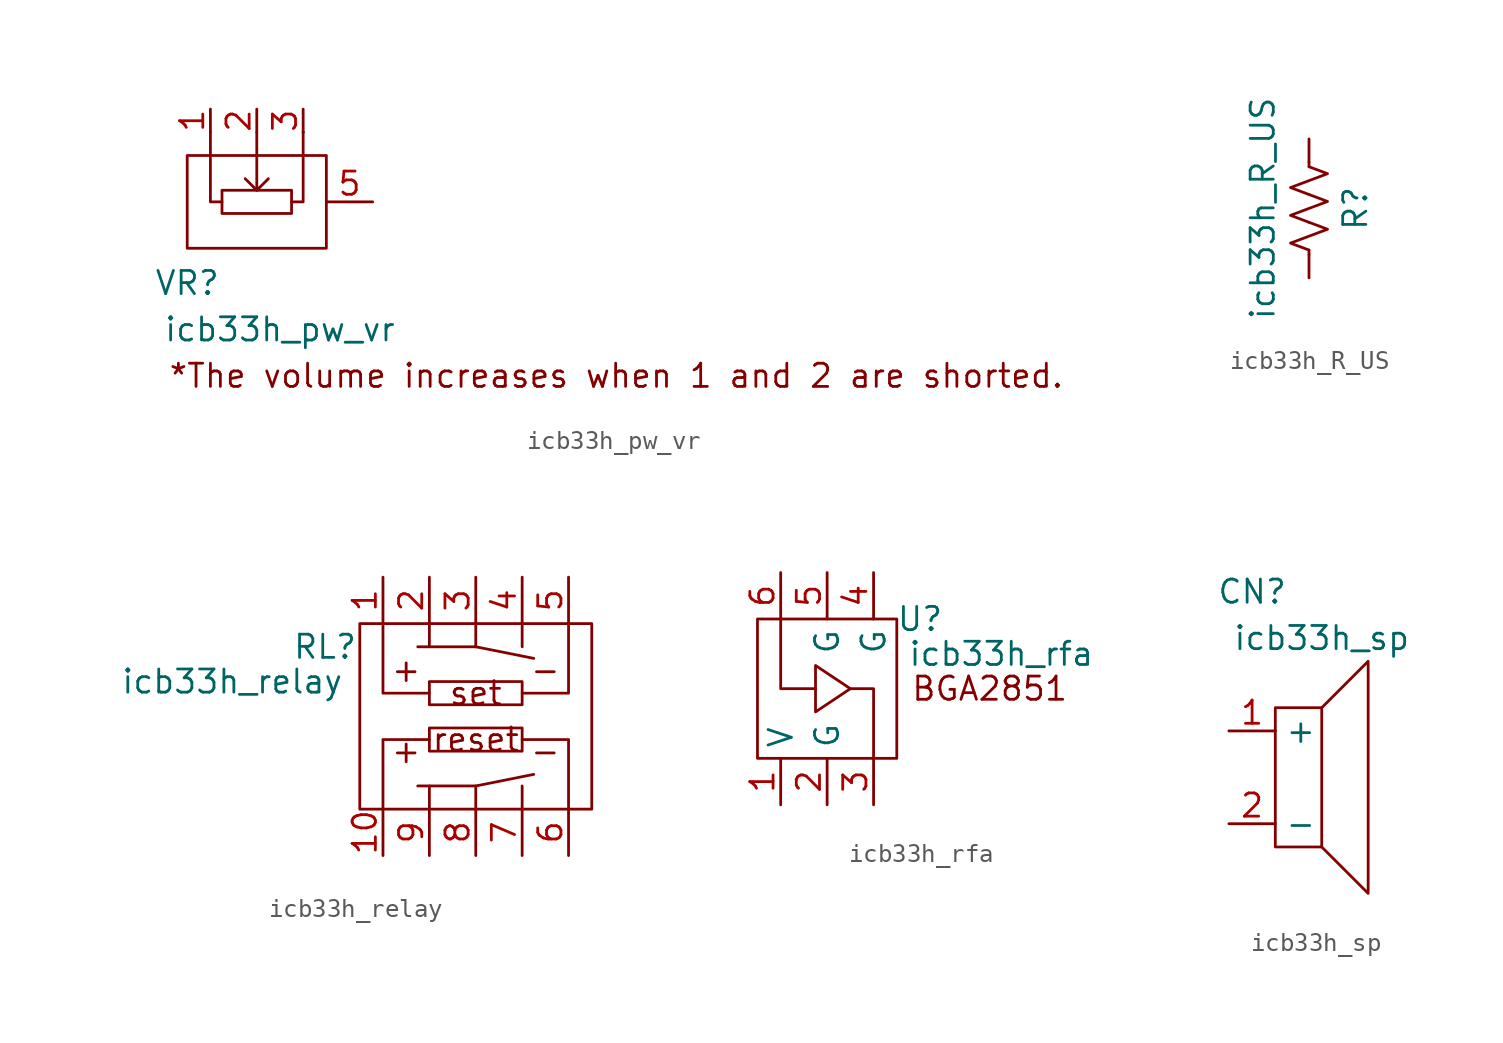
<source format=kicad_sym>
(kicad_symbol_lib
  (version 20211014)
  (generator kicad_symbol_editor)
  (symbol "icb33h_pw_vr"
    (property "Reference" "VR"
      (at -3.81 -4.445 0)
      (effects (font (size 1.27 1.27))))
    (property "Value" "icb33h_pw_vr"
      (at 1.27 -6.985 0)
      (effects (font (size 1.27 1.27))))
    (symbol "icb33h_pw_vr_0_0"
      (rectangle (start -1.905 0.635) (end 1.905 -0.635) (stroke (width 0) (type default) (color 0 0 0 0)) (fill (type none)))
      (polyline (pts (xy 0 0.635) (xy -0.635 1.27)) (stroke (width 0) (type default) (color 0 0 0 0)) (fill (type none)))
      (polyline (pts (xy -1.905 0) (xy -2.54 0) (xy -2.54 3.81)) (stroke (width 0) (type default) (color 0 0 0 0)) (fill (type none)))
      (polyline (pts (xy 0 3.81) (xy 0 0.635) (xy 0.635 1.27)) (stroke (width 0) (type default) (color 0 0 0 0)) (fill (type none)))
      (polyline (pts (xy 1.905 0) (xy 2.54 0) (xy 2.54 3.81)) (stroke (width 0) (type default) (color 0 0 0 0)) (fill (type none)))
      (rectangle (start 3.81 2.54) (end -3.81 -2.54) (stroke (width 0) (type default) (color 0 0 0 0)) (fill (type none)))
      (text "*The volume increases when 1 and 2 are shorted." (at 19.685 -9.525 0) (effects (font (size 1.27 1.27)))))
    (symbol "icb33h_pw_vr_0_1"
      (polyline (pts (xy 2.54 3.81) (xy 2.54 3.81)) (stroke (width 0) (type default) (color 0 0 0 0)) (fill (type none))))
    (symbol "icb33h_pw_vr_1_1"
      (pin passive line (at -2.54 5.08 270) (length 1.27) (name "" (effects (font (size 1.27 1.27)))) (number "1" (effects (font (size 1.27 1.27)))))
      (pin passive line (at 0 5.08 270) (length 1.27) (name "" (effects (font (size 1.27 1.27)))) (number "2" (effects (font (size 1.27 1.27)))))
      (pin passive line (at 2.54 5.08 270) (length 1.27) (name "" (effects (font (size 1.27 1.27)))) (number "3" (effects (font (size 1.27 1.27)))))
      (pin passive line (at 6.35 0 180) (length 2.54) (name "" (effects (font (size 1.27 1.27)))) (number "5" (effects (font (size 1.27 1.27)))))))
  (symbol "icb33h_R_US"
    (pin_numbers hide)
    (pin_names
      (offset 0))
    (property "Reference" "R"
      (at 2.54 0 90)
      (effects (font (size 1.27 1.27))))
    (property "Value" "icb33h_R_US"
      (at -2.54 0 90)
      (effects (font (size 1.27 1.27))))
    (symbol "icb33h_R_US_0_1"
      (polyline (pts (xy 0 -2.286) (xy 0 -2.54)) (stroke (width 0) (type default) (color 0 0 0 0)) (fill (type none)))
      (polyline (pts (xy 0 2.286) (xy 0 2.54)) (stroke (width 0) (type default) (color 0 0 0 0)) (fill (type none)))
      (polyline (pts (xy 0 -0.762) (xy 1.016 -1.143) (xy 0 -1.524) (xy -1.016 -1.905) (xy 0 -2.286)) (stroke (width 0) (type default) (color 0 0 0 0)) (fill (type none)))
      (polyline (pts (xy 0 0.762) (xy 1.016 0.381) (xy 0 0) (xy -1.016 -0.381) (xy 0 -0.762)) (stroke (width 0) (type default) (color 0 0 0 0)) (fill (type none)))
      (polyline (pts (xy 0 2.286) (xy 1.016 1.905) (xy 0 1.524) (xy -1.016 1.143) (xy 0 0.762)) (stroke (width 0) (type default) (color 0 0 0 0)) (fill (type none))))
    (symbol "icb33h_R_US_1_1"
      (pin passive line (at 0 3.81 270) (length 1.27) (name "~" (effects (font (size 1.27 1.27)))) (number "1" (effects (font (size 1.27 1.27)))))
      (pin passive line (at 0 -3.81 90) (length 1.27) (name "~" (effects (font (size 1.27 1.27)))) (number "2" (effects (font (size 1.27 1.27)))))))
  (symbol "icb33h_relay"
    (property "Reference" "RL"
      (at -8.255 1.27 0)
      (effects (font (size 1.27 1.27))))
    (property "Value" "icb33h_relay"
      (at -13.335 -0.635 0)
      (effects (font (size 1.27 1.27))))
    (symbol "icb33h_relay_0_0"
      (text "+" (at -3.81 -4.445 0) (effects (font (size 1.27 1.27))))
      (text "+" (at -3.81 0 0) (effects (font (size 1.27 1.27))))
      (text "-" (at 3.81 -4.445 0) (effects (font (size 1.27 1.27))))
      (text "-" (at 3.81 0 0) (effects (font (size 1.27 1.27))))
      (text "reset" (at 0 -3.81 0) (effects (font (size 1.27 1.27))))
      (text "set" (at 0 -1.27 0) (effects (font (size 1.27 1.27)))))
    (symbol "icb33h_relay_0_1"
      (rectangle (start -6.35 2.54) (end 6.35 -7.62) (stroke (width 0) (type default) (color 0 0 0 0)) (fill (type none)))
      (rectangle (start -2.54 -3.175) (end 2.54 -4.445) (stroke (width 0) (type default) (color 0 0 0 0)) (fill (type none)))
      (rectangle (start -2.54 -0.635) (end 2.54 -1.905) (stroke (width 0) (type default) (color 0 0 0 0)) (fill (type none)))
      (polyline (pts (xy -3.175 1.27) (xy 0 1.27)) (stroke (width 0) (type default) (color 0 0 0 0)) (fill (type none)))
      (polyline (pts (xy -2.54 -7.62) (xy -2.54 -6.35)) (stroke (width 0) (type default) (color 0 0 0 0)) (fill (type none)))
      (polyline (pts (xy -2.54 2.54) (xy -2.54 1.27)) (stroke (width 0) (type default) (color 0 0 0 0)) (fill (type none)))
      (polyline (pts (xy 0 -6.35) (xy 3.175 -5.715)) (stroke (width 0) (type default) (color 0 0 0 0)) (fill (type none)))
      (polyline (pts (xy 0 1.27) (xy 3.175 0.635)) (stroke (width 0) (type default) (color 0 0 0 0)) (fill (type none)))
      (polyline (pts (xy 0 2.54) (xy 0 1.27)) (stroke (width 0) (type default) (color 0 0 0 0)) (fill (type none)))
      (polyline (pts (xy 2.54 -7.62) (xy 2.54 -6.35)) (stroke (width 0) (type default) (color 0 0 0 0)) (fill (type none)))
      (polyline (pts (xy 2.54 2.54) (xy 2.54 1.27)) (stroke (width 0) (type default) (color 0 0 0 0)) (fill (type none)))
      (polyline (pts (xy -2.54 -3.81) (xy -5.08 -3.81) (xy -5.08 -7.62)) (stroke (width 0) (type default) (color 0 0 0 0)) (fill (type none)))
      (polyline (pts (xy -2.54 -1.27) (xy -5.08 -1.27) (xy -5.08 2.54)) (stroke (width 0) (type default) (color 0 0 0 0)) (fill (type none)))
      (polyline (pts (xy 0 -7.62) (xy 0 -6.35) (xy -3.175 -6.35)) (stroke (width 0) (type default) (color 0 0 0 0)) (fill (type none)))
      (polyline (pts (xy 5.08 -7.62) (xy 5.08 -3.81) (xy 2.54 -3.81)) (stroke (width 0) (type default) (color 0 0 0 0)) (fill (type none)))
      (polyline (pts (xy 5.08 2.54) (xy 5.08 -1.27) (xy 2.54 -1.27)) (stroke (width 0) (type default) (color 0 0 0 0)) (fill (type none))))
    (symbol "icb33h_relay_1_1"
      (pin passive line (at -5.08 5.08 270) (length 2.54) (name "" (effects (font (size 1.27 1.27)))) (number "1" (effects (font (size 1.27 1.27)))))
      (pin passive line (at -5.08 -10.16 90) (length 2.54) (name "" (effects (font (size 1.27 1.27)))) (number "10" (effects (font (size 1.27 1.27)))))
      (pin passive line (at -2.54 5.08 270) (length 2.54) (name "" (effects (font (size 1.27 1.27)))) (number "2" (effects (font (size 1.27 1.27)))))
      (pin passive line (at 0 5.08 270) (length 2.54) (name "" (effects (font (size 1.27 1.27)))) (number "3" (effects (font (size 1.27 1.27)))))
      (pin passive line (at 2.54 5.08 270) (length 2.54) (name "" (effects (font (size 1.27 1.27)))) (number "4" (effects (font (size 1.27 1.27)))))
      (pin passive line (at 5.08 5.08 270) (length 2.54) (name "" (effects (font (size 1.27 1.27)))) (number "5" (effects (font (size 1.27 1.27)))))
      (pin passive line (at 5.08 -10.16 90) (length 2.54) (name "" (effects (font (size 1.27 1.27)))) (number "6" (effects (font (size 1.27 1.27)))))
      (pin passive line (at 2.54 -10.16 90) (length 2.54) (name "" (effects (font (size 1.27 1.27)))) (number "7" (effects (font (size 1.27 1.27)))))
      (pin passive line (at 0 -10.16 90) (length 2.54) (name "" (effects (font (size 1.27 1.27)))) (number "8" (effects (font (size 1.27 1.27)))))
      (pin passive line (at -2.54 -10.16 90) (length 2.54) (name "" (effects (font (size 1.27 1.27)))) (number "9" (effects (font (size 1.27 1.27)))))))
  (symbol "icb33h_rfa"
    (property "Reference" "U"
      (at -2.54 2.54 0)
      (effects (font (size 1.27 1.27))))
    (property "Value" "icb33h_rfa"
      (at 1.905 0.635 0)
      (effects (font (size 1.27 1.27))))
    (symbol "icb33h_rfa_0_0"
      (rectangle (start -11.43 2.54) (end -3.81 -5.08) (stroke (width 0) (type default) (color 0 0 0 0)) (fill (type none)))
      (polyline (pts (xy -10.16 2.54) (xy -10.16 -1.27) (xy -8.255 -1.27)) (stroke (width 0) (type default) (color 0 0 0 0)) (fill (type none)))
      (polyline (pts (xy -6.35 -1.27) (xy -5.08 -1.27) (xy -5.08 -5.08)) (stroke (width 0) (type default) (color 0 0 0 0)) (fill (type none)))
      (polyline (pts (xy -8.255 0) (xy -8.255 -2.54) (xy -6.35 -1.27) (xy -8.255 0)) (stroke (width 0) (type default) (color 0 0 0 0)) (fill (type none)))
      (text "BGA2851" (at 1.27 -1.27 0) (effects (font (size 1.27 1.27)))))
    (symbol "icb33h_rfa_1_1"
      (pin passive line (at -10.16 -7.62 90) (length 2.54) (name "V" (effects (font (size 1.27 1.27)))) (number "1" (effects (font (size 1.27 1.27)))))
      (pin passive line (at -7.62 -7.62 90) (length 2.54) (name "G" (effects (font (size 1.27 1.27)))) (number "2" (effects (font (size 1.27 1.27)))))
      (pin passive line (at -5.08 -7.62 90) (length 2.54) (name "" (effects (font (size 1.27 1.27)))) (number "3" (effects (font (size 1.27 1.27)))))
      (pin passive line (at -5.08 5.08 270) (length 2.54) (name "G" (effects (font (size 1.27 1.27)))) (number "4" (effects (font (size 1.27 1.27)))))
      (pin passive line (at -7.62 5.08 270) (length 2.54) (name "G" (effects (font (size 1.27 1.27)))) (number "5" (effects (font (size 1.27 1.27)))))
      (pin passive line (at -10.16 5.08 270) (length 2.54) (name "" (effects (font (size 1.27 1.27)))) (number "6" (effects (font (size 1.27 1.27)))))))
  (symbol "icb33h_sp"
    (property "Reference" "CN"
      (at -2.54 10.16 0)
      (effects (font (size 1.27 1.27))))
    (property "Value" "icb33h_sp"
      (at 1.27 7.62 0)
      (effects (font (size 1.27 1.27))))
    (symbol "icb33h_sp_0_1"
      (rectangle (start -1.27 3.81) (end 1.27 -3.81) (stroke (width 0) (type default) (color 0 0 0 0)) (fill (type none)))
      (polyline (pts (xy 1.27 3.81) (xy 3.81 6.35) (xy 3.81 -6.35) (xy 1.27 -3.81)) (stroke (width 0) (type default) (color 0 0 0 0)) (fill (type none))))
    (symbol "icb33h_sp_1_1"
      (pin passive line (at -3.81 2.54 0) (length 2.54) (name "+" (effects (font (size 1.27 1.27)))) (number "1" (effects (font (size 1.27 1.27)))))
      (pin passive line (at -3.81 -2.54 0) (length 2.54) (name "-" (effects (font (size 1.27 1.27)))) (number "2" (effects (font (size 1.27 1.27))))))))
</source>
